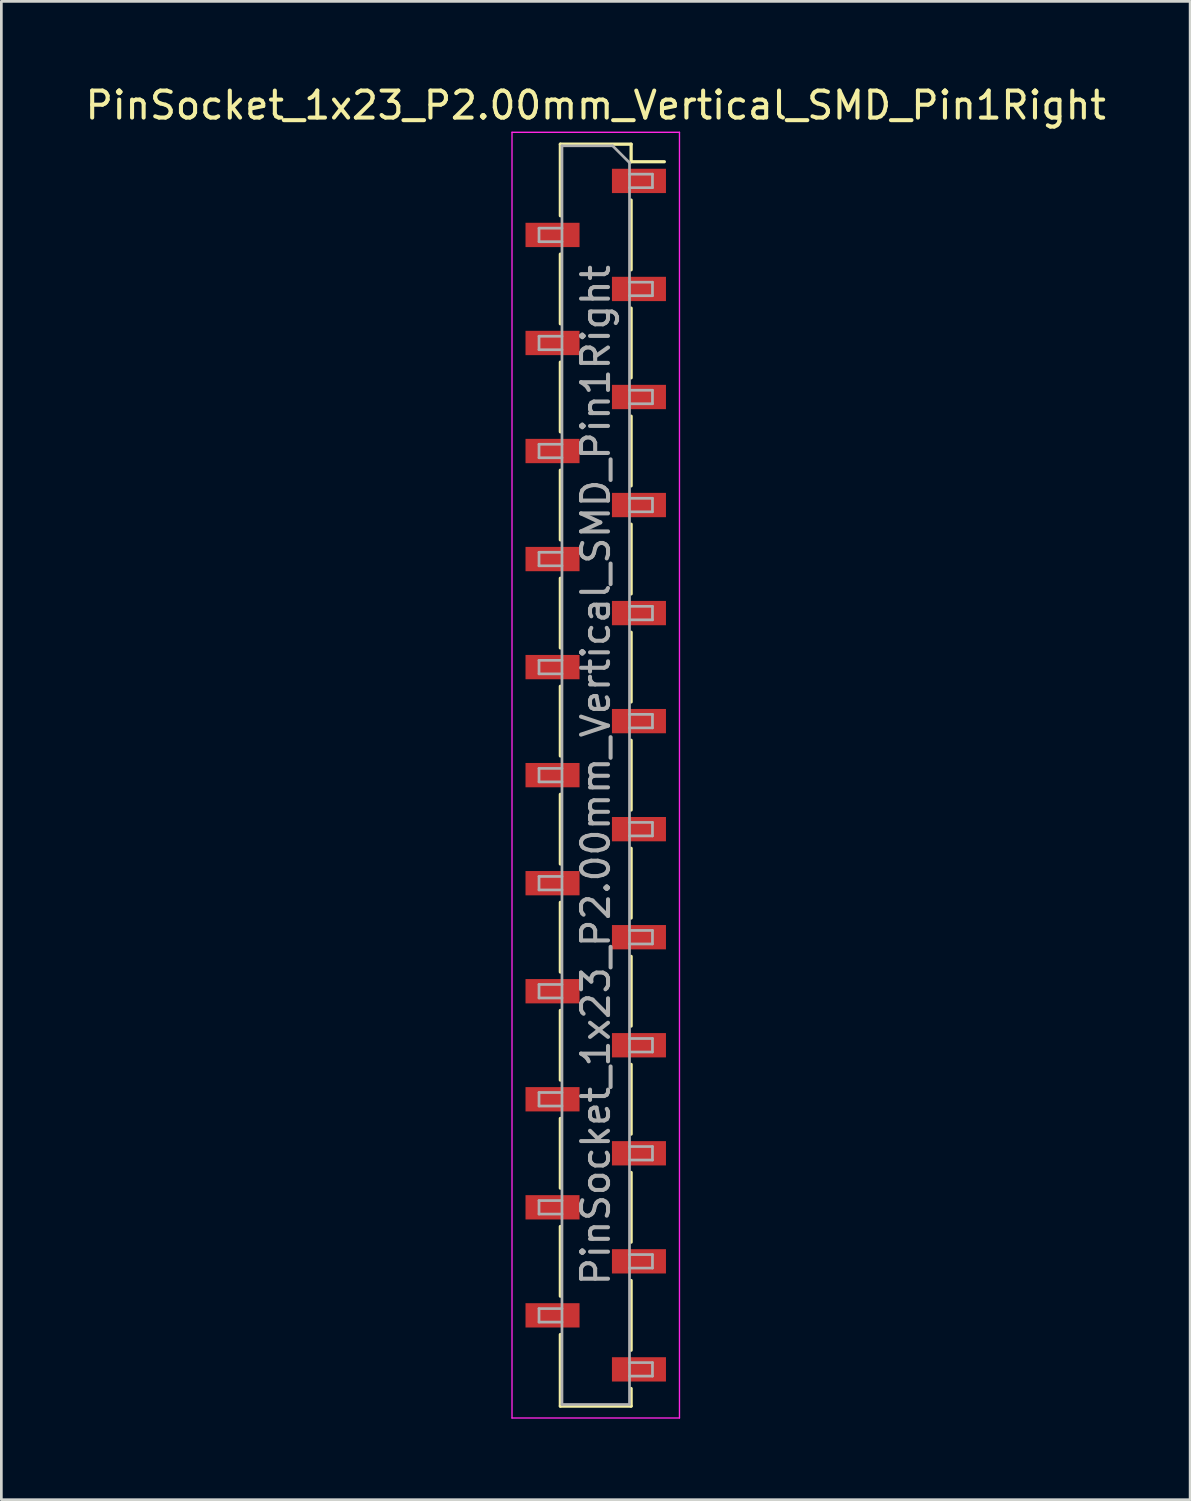
<source format=kicad_pcb>
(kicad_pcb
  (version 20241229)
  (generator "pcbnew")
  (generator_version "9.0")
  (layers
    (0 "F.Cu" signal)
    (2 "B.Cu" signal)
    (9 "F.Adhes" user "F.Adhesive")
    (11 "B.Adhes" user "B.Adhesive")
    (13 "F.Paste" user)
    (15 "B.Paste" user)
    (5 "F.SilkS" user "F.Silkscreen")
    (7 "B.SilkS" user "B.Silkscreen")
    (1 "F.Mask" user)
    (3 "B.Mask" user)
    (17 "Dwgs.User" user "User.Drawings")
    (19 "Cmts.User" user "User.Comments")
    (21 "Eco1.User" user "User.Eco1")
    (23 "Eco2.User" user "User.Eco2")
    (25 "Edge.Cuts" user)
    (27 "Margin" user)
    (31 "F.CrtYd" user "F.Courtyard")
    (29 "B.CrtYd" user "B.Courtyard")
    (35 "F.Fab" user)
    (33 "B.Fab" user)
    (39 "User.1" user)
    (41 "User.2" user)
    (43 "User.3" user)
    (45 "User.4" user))
  (footprint "PinSocket_1x23_P2.00mm_Vertical_SMD_Pin1Right"
    (layer "F.Cu")
    (at 19.006 25.648)
    (property "Reference" "PinSocket_1x23_P2.00mm_Vertical_SMD_Pin1Right" (at 0 -24.8 0) (layer "F.SilkS") (effects (font (size 1 1) (thickness 0.15))))
    (attr smd)
    (fp_line (start -1.31 -23.36) (end -1.31 -20.71) (stroke (width 0.12) (type solid)) (layer "F.SilkS"))
    (fp_line (start -1.31 -23.36) (end 1.31 -23.36) (stroke (width 0.12) (type solid)) (layer "F.SilkS"))
    (fp_line (start -1.31 -19.29) (end -1.31 -16.71) (stroke (width 0.12) (type solid)) (layer "F.SilkS"))
    (fp_line (start -1.31 -15.29) (end -1.31 -12.71) (stroke (width 0.12) (type solid)) (layer "F.SilkS"))
    (fp_line (start -1.31 -11.29) (end -1.31 -8.71) (stroke (width 0.12) (type solid)) (layer "F.SilkS"))
    (fp_line (start -1.31 -7.29) (end -1.31 -4.71) (stroke (width 0.12) (type solid)) (layer "F.SilkS"))
    (fp_line (start -1.31 -3.29) (end -1.31 -0.71) (stroke (width 0.12) (type solid)) (layer "F.SilkS"))
    (fp_line (start -1.31 0.71) (end -1.31 3.29) (stroke (width 0.12) (type solid)) (layer "F.SilkS"))
    (fp_line (start -1.31 4.71) (end -1.31 7.29) (stroke (width 0.12) (type solid)) (layer "F.SilkS"))
    (fp_line (start -1.31 8.71) (end -1.31 11.29) (stroke (width 0.12) (type solid)) (layer "F.SilkS"))
    (fp_line (start -1.31 12.71) (end -1.31 15.29) (stroke (width 0.12) (type solid)) (layer "F.SilkS"))
    (fp_line (start -1.31 16.71) (end -1.31 19.29) (stroke (width 0.12) (type solid)) (layer "F.SilkS"))
    (fp_line (start -1.31 20.71) (end -1.31 23.36) (stroke (width 0.12) (type solid)) (layer "F.SilkS"))
    (fp_line (start -1.31 23.36) (end 1.31 23.36) (stroke (width 0.12) (type solid)) (layer "F.SilkS"))
    (fp_line (start 1.31 -23.36) (end 1.31 -22.71) (stroke (width 0.12) (type solid)) (layer "F.SilkS"))
    (fp_line (start 1.31 -22.71) (end 2.54 -22.71) (stroke (width 0.12) (type solid)) (layer "F.SilkS"))
    (fp_line (start 1.31 -21.29) (end 1.31 -18.71) (stroke (width 0.12) (type solid)) (layer "F.SilkS"))
    (fp_line (start 1.31 -17.29) (end 1.31 -14.71) (stroke (width 0.12) (type solid)) (layer "F.SilkS"))
    (fp_line (start 1.31 -13.29) (end 1.31 -10.71) (stroke (width 0.12) (type solid)) (layer "F.SilkS"))
    (fp_line (start 1.31 -9.29) (end 1.31 -6.71) (stroke (width 0.12) (type solid)) (layer "F.SilkS"))
    (fp_line (start 1.31 -5.29) (end 1.31 -2.71) (stroke (width 0.12) (type solid)) (layer "F.SilkS"))
    (fp_line (start 1.31 -1.29) (end 1.31 1.29) (stroke (width 0.12) (type solid)) (layer "F.SilkS"))
    (fp_line (start 1.31 2.71) (end 1.31 5.29) (stroke (width 0.12) (type solid)) (layer "F.SilkS"))
    (fp_line (start 1.31 6.71) (end 1.31 9.29) (stroke (width 0.12) (type solid)) (layer "F.SilkS"))
    (fp_line (start 1.31 10.71) (end 1.31 13.29) (stroke (width 0.12) (type solid)) (layer "F.SilkS"))
    (fp_line (start 1.31 14.71) (end 1.31 17.29) (stroke (width 0.12) (type solid)) (layer "F.SilkS"))
    (fp_line (start 1.31 18.71) (end 1.31 21.29) (stroke (width 0.12) (type solid)) (layer "F.SilkS"))
    (fp_line (start 1.31 22.71) (end 1.31 23.36) (stroke (width 0.12) (type solid)) (layer "F.SilkS"))
    (fp_line (start -3.1 -23.8) (end 3.1 -23.8) (stroke (width 0.05) (type solid)) (layer "F.CrtYd"))
    (fp_line (start -3.1 23.8) (end -3.1 -23.8) (stroke (width 0.05) (type solid)) (layer "F.CrtYd"))
    (fp_line (start 3.1 -23.8) (end 3.1 23.8) (stroke (width 0.05) (type solid)) (layer "F.CrtYd"))
    (fp_line (start 3.1 23.8) (end -3.1 23.8) (stroke (width 0.05) (type solid)) (layer "F.CrtYd"))
    (fp_line (start -2.1 -20.25) (end -1.25 -20.25) (stroke (width 0.1) (type solid)) (layer "F.Fab"))
    (fp_line (start -2.1 -19.75) (end -2.1 -20.25) (stroke (width 0.1) (type solid)) (layer "F.Fab"))
    (fp_line (start -2.1 -16.25) (end -1.25 -16.25) (stroke (width 0.1) (type solid)) (layer "F.Fab"))
    (fp_line (start -2.1 -15.75) (end -2.1 -16.25) (stroke (width 0.1) (type solid)) (layer "F.Fab"))
    (fp_line (start -2.1 -12.25) (end -1.25 -12.25) (stroke (width 0.1) (type solid)) (layer "F.Fab"))
    (fp_line (start -2.1 -11.75) (end -2.1 -12.25) (stroke (width 0.1) (type solid)) (layer "F.Fab"))
    (fp_line (start -2.1 -8.25) (end -1.25 -8.25) (stroke (width 0.1) (type solid)) (layer "F.Fab"))
    (fp_line (start -2.1 -7.75) (end -2.1 -8.25) (stroke (width 0.1) (type solid)) (layer "F.Fab"))
    (fp_line (start -2.1 -4.25) (end -1.25 -4.25) (stroke (width 0.1) (type solid)) (layer "F.Fab"))
    (fp_line (start -2.1 -3.75) (end -2.1 -4.25) (stroke (width 0.1) (type solid)) (layer "F.Fab"))
    (fp_line (start -2.1 -0.25) (end -1.25 -0.25) (stroke (width 0.1) (type solid)) (layer "F.Fab"))
    (fp_line (start -2.1 0.25) (end -2.1 -0.25) (stroke (width 0.1) (type solid)) (layer "F.Fab"))
    (fp_line (start -2.1 3.75) (end -1.25 3.75) (stroke (width 0.1) (type solid)) (layer "F.Fab"))
    (fp_line (start -2.1 4.25) (end -2.1 3.75) (stroke (width 0.1) (type solid)) (layer "F.Fab"))
    (fp_line (start -2.1 7.75) (end -1.25 7.75) (stroke (width 0.1) (type solid)) (layer "F.Fab"))
    (fp_line (start -2.1 8.25) (end -2.1 7.75) (stroke (width 0.1) (type solid)) (layer "F.Fab"))
    (fp_line (start -2.1 11.75) (end -1.25 11.75) (stroke (width 0.1) (type solid)) (layer "F.Fab"))
    (fp_line (start -2.1 12.25) (end -2.1 11.75) (stroke (width 0.1) (type solid)) (layer "F.Fab"))
    (fp_line (start -2.1 15.75) (end -1.25 15.75) (stroke (width 0.1) (type solid)) (layer "F.Fab"))
    (fp_line (start -2.1 16.25) (end -2.1 15.75) (stroke (width 0.1) (type solid)) (layer "F.Fab"))
    (fp_line (start -2.1 19.75) (end -1.25 19.75) (stroke (width 0.1) (type solid)) (layer "F.Fab"))
    (fp_line (start -2.1 20.25) (end -2.1 19.75) (stroke (width 0.1) (type solid)) (layer "F.Fab"))
    (fp_line (start -1.25 -23.3) (end 0.625 -23.3) (stroke (width 0.1) (type solid)) (layer "F.Fab"))
    (fp_line (start -1.25 -19.75) (end -2.1 -19.75) (stroke (width 0.1) (type solid)) (layer "F.Fab"))
    (fp_line (start -1.25 -15.75) (end -2.1 -15.75) (stroke (width 0.1) (type solid)) (layer "F.Fab"))
    (fp_line (start -1.25 -11.75) (end -2.1 -11.75) (stroke (width 0.1) (type solid)) (layer "F.Fab"))
    (fp_line (start -1.25 -7.75) (end -2.1 -7.75) (stroke (width 0.1) (type solid)) (layer "F.Fab"))
    (fp_line (start -1.25 -3.75) (end -2.1 -3.75) (stroke (width 0.1) (type solid)) (layer "F.Fab"))
    (fp_line (start -1.25 0.25) (end -2.1 0.25) (stroke (width 0.1) (type solid)) (layer "F.Fab"))
    (fp_line (start -1.25 4.25) (end -2.1 4.25) (stroke (width 0.1) (type solid)) (layer "F.Fab"))
    (fp_line (start -1.25 8.25) (end -2.1 8.25) (stroke (width 0.1) (type solid)) (layer "F.Fab"))
    (fp_line (start -1.25 12.25) (end -2.1 12.25) (stroke (width 0.1) (type solid)) (layer "F.Fab"))
    (fp_line (start -1.25 16.25) (end -2.1 16.25) (stroke (width 0.1) (type solid)) (layer "F.Fab"))
    (fp_line (start -1.25 20.25) (end -2.1 20.25) (stroke (width 0.1) (type solid)) (layer "F.Fab"))
    (fp_line (start -1.25 23.3) (end -1.25 -23.3) (stroke (width 0.1) (type solid)) (layer "F.Fab"))
    (fp_line (start 0.625 -23.3) (end 1.25 -22.675) (stroke (width 0.1) (type solid)) (layer "F.Fab"))
    (fp_line (start 1.25 -22.675) (end 1.25 23.3) (stroke (width 0.1) (type solid)) (layer "F.Fab"))
    (fp_line (start 1.25 -22.25) (end 2.1 -22.25) (stroke (width 0.1) (type solid)) (layer "F.Fab"))
    (fp_line (start 1.25 -18.25) (end 2.1 -18.25) (stroke (width 0.1) (type solid)) (layer "F.Fab"))
    (fp_line (start 1.25 -14.25) (end 2.1 -14.25) (stroke (width 0.1) (type solid)) (layer "F.Fab"))
    (fp_line (start 1.25 -10.25) (end 2.1 -10.25) (stroke (width 0.1) (type solid)) (layer "F.Fab"))
    (fp_line (start 1.25 -6.25) (end 2.1 -6.25) (stroke (width 0.1) (type solid)) (layer "F.Fab"))
    (fp_line (start 1.25 -2.25) (end 2.1 -2.25) (stroke (width 0.1) (type solid)) (layer "F.Fab"))
    (fp_line (start 1.25 1.75) (end 2.1 1.75) (stroke (width 0.1) (type solid)) (layer "F.Fab"))
    (fp_line (start 1.25 5.75) (end 2.1 5.75) (stroke (width 0.1) (type solid)) (layer "F.Fab"))
    (fp_line (start 1.25 9.75) (end 2.1 9.75) (stroke (width 0.1) (type solid)) (layer "F.Fab"))
    (fp_line (start 1.25 13.75) (end 2.1 13.75) (stroke (width 0.1) (type solid)) (layer "F.Fab"))
    (fp_line (start 1.25 17.75) (end 2.1 17.75) (stroke (width 0.1) (type solid)) (layer "F.Fab"))
    (fp_line (start 1.25 21.75) (end 2.1 21.75) (stroke (width 0.1) (type solid)) (layer "F.Fab"))
    (fp_line (start 1.25 23.3) (end -1.25 23.3) (stroke (width 0.1) (type solid)) (layer "F.Fab"))
    (fp_line (start 2.1 -22.25) (end 2.1 -21.75) (stroke (width 0.1) (type solid)) (layer "F.Fab"))
    (fp_line (start 2.1 -21.75) (end 1.25 -21.75) (stroke (width 0.1) (type solid)) (layer "F.Fab"))
    (fp_line (start 2.1 -18.25) (end 2.1 -17.75) (stroke (width 0.1) (type solid)) (layer "F.Fab"))
    (fp_line (start 2.1 -17.75) (end 1.25 -17.75) (stroke (width 0.1) (type solid)) (layer "F.Fab"))
    (fp_line (start 2.1 -14.25) (end 2.1 -13.75) (stroke (width 0.1) (type solid)) (layer "F.Fab"))
    (fp_line (start 2.1 -13.75) (end 1.25 -13.75) (stroke (width 0.1) (type solid)) (layer "F.Fab"))
    (fp_line (start 2.1 -10.25) (end 2.1 -9.75) (stroke (width 0.1) (type solid)) (layer "F.Fab"))
    (fp_line (start 2.1 -9.75) (end 1.25 -9.75) (stroke (width 0.1) (type solid)) (layer "F.Fab"))
    (fp_line (start 2.1 -6.25) (end 2.1 -5.75) (stroke (width 0.1) (type solid)) (layer "F.Fab"))
    (fp_line (start 2.1 -5.75) (end 1.25 -5.75) (stroke (width 0.1) (type solid)) (layer "F.Fab"))
    (fp_line (start 2.1 -2.25) (end 2.1 -1.75) (stroke (width 0.1) (type solid)) (layer "F.Fab"))
    (fp_line (start 2.1 -1.75) (end 1.25 -1.75) (stroke (width 0.1) (type solid)) (layer "F.Fab"))
    (fp_line (start 2.1 1.75) (end 2.1 2.25) (stroke (width 0.1) (type solid)) (layer "F.Fab"))
    (fp_line (start 2.1 2.25) (end 1.25 2.25) (stroke (width 0.1) (type solid)) (layer "F.Fab"))
    (fp_line (start 2.1 5.75) (end 2.1 6.25) (stroke (width 0.1) (type solid)) (layer "F.Fab"))
    (fp_line (start 2.1 6.25) (end 1.25 6.25) (stroke (width 0.1) (type solid)) (layer "F.Fab"))
    (fp_line (start 2.1 9.75) (end 2.1 10.25) (stroke (width 0.1) (type solid)) (layer "F.Fab"))
    (fp_line (start 2.1 10.25) (end 1.25 10.25) (stroke (width 0.1) (type solid)) (layer "F.Fab"))
    (fp_line (start 2.1 13.75) (end 2.1 14.25) (stroke (width 0.1) (type solid)) (layer "F.Fab"))
    (fp_line (start 2.1 14.25) (end 1.25 14.25) (stroke (width 0.1) (type solid)) (layer "F.Fab"))
    (fp_line (start 2.1 17.75) (end 2.1 18.25) (stroke (width 0.1) (type solid)) (layer "F.Fab"))
    (fp_line (start 2.1 18.25) (end 1.25 18.25) (stroke (width 0.1) (type solid)) (layer "F.Fab"))
    (fp_line (start 2.1 21.75) (end 2.1 22.25) (stroke (width 0.1) (type solid)) (layer "F.Fab"))
    (fp_line (start 2.1 22.25) (end 1.25 22.25) (stroke (width 0.1) (type solid)) (layer "F.Fab"))
    (fp_text user "${REFERENCE}" (at 0 0 90) (layer "F.Fab") (effects (font (size 1 1) (thickness 0.15))))
    (pad "1" smd rect (at 1.6 -22) (size 2 0.9) (layers "F.Cu" "F.Mask" "F.Paste"))
    (pad "2" smd rect (at -1.6 -20) (size 2 0.9) (layers "F.Cu" "F.Mask" "F.Paste"))
    (pad "3" smd rect (at 1.6 -18) (size 2 0.9) (layers "F.Cu" "F.Mask" "F.Paste"))
    (pad "4" smd rect (at -1.6 -16) (size 2 0.9) (layers "F.Cu" "F.Mask" "F.Paste"))
    (pad "5" smd rect (at 1.6 -14) (size 2 0.9) (layers "F.Cu" "F.Mask" "F.Paste"))
    (pad "6" smd rect (at -1.6 -12) (size 2 0.9) (layers "F.Cu" "F.Mask" "F.Paste"))
    (pad "7" smd rect (at 1.6 -10) (size 2 0.9) (layers "F.Cu" "F.Mask" "F.Paste"))
    (pad "8" smd rect (at -1.6 -8) (size 2 0.9) (layers "F.Cu" "F.Mask" "F.Paste"))
    (pad "9" smd rect (at 1.6 -6) (size 2 0.9) (layers "F.Cu" "F.Mask" "F.Paste"))
    (pad "10" smd rect (at -1.6 -4) (size 2 0.9) (layers "F.Cu" "F.Mask" "F.Paste"))
    (pad "11" smd rect (at 1.6 -2) (size 2 0.9) (layers "F.Cu" "F.Mask" "F.Paste"))
    (pad "12" smd rect (at -1.6 0) (size 2 0.9) (layers "F.Cu" "F.Mask" "F.Paste"))
    (pad "13" smd rect (at 1.6 2) (size 2 0.9) (layers "F.Cu" "F.Mask" "F.Paste"))
    (pad "14" smd rect (at -1.6 4) (size 2 0.9) (layers "F.Cu" "F.Mask" "F.Paste"))
    (pad "15" smd rect (at 1.6 6) (size 2 0.9) (layers "F.Cu" "F.Mask" "F.Paste"))
    (pad "16" smd rect (at -1.6 8) (size 2 0.9) (layers "F.Cu" "F.Mask" "F.Paste"))
    (pad "17" smd rect (at 1.6 10) (size 2 0.9) (layers "F.Cu" "F.Mask" "F.Paste"))
    (pad "18" smd rect (at -1.6 12) (size 2 0.9) (layers "F.Cu" "F.Mask" "F.Paste"))
    (pad "19" smd rect (at 1.6 14) (size 2 0.9) (layers "F.Cu" "F.Mask" "F.Paste"))
    (pad "20" smd rect (at -1.6 16) (size 2 0.9) (layers "F.Cu" "F.Mask" "F.Paste"))
    (pad "21" smd rect (at 1.6 18) (size 2 0.9) (layers "F.Cu" "F.Mask" "F.Paste"))
    (pad "22" smd rect (at -1.6 20) (size 2 0.9) (layers "F.Cu" "F.Mask" "F.Paste"))
    (pad "23" smd rect (at 1.6 22) (size 2 0.9) (layers "F.Cu" "F.Mask" "F.Paste")))
  (gr_rect
    (start -3 -3)
    (end 41.012 52.473)
    (stroke (width 0.1) (type default))
    (fill no)
    (layer "Edge.Cuts")))
</source>
